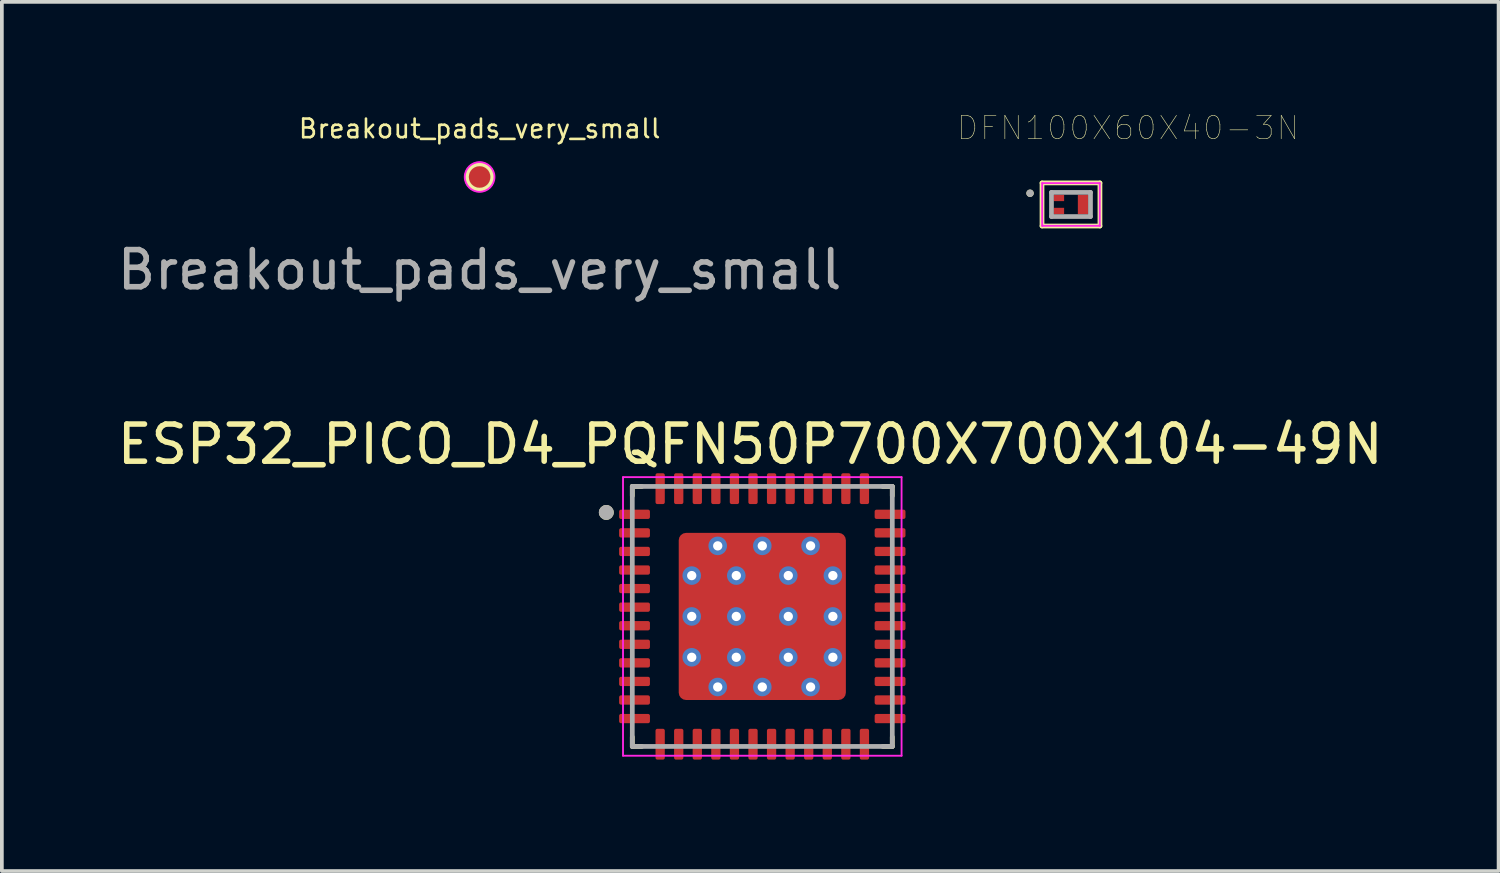
<source format=kicad_pcb>
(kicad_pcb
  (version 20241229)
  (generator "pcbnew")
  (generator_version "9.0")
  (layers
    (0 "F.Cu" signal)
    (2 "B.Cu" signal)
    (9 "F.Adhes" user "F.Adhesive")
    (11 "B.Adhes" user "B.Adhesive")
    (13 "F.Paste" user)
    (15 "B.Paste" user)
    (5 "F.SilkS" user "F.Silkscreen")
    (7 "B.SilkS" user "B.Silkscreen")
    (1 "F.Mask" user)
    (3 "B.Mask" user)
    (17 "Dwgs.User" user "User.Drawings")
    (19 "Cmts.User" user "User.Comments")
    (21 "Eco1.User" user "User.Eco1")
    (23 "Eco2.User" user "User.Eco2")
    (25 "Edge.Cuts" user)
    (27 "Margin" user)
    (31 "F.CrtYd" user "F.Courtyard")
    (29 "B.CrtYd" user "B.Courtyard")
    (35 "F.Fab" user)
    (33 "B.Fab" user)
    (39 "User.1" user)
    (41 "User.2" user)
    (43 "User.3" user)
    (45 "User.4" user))
  (footprint "DFN100X60X40-3N"
    (layer "F.Cu")
    (at 25.785 2.455)
    (property "Reference" "DFN100X60X40-3N" (at 1.535 -2.06 0) (layer "F.SilkS") (effects (font (size 0.63 0.63) (thickness 0.015))))
    (attr through_hole)
    (fp_line (start -0.78 -0.58) (end 0.78 -0.58) (stroke (width 0.127) (type solid)) (layer "F.SilkS"))
    (fp_line (start -0.78 0.58) (end -0.78 -0.58) (stroke (width 0.127) (type solid)) (layer "F.SilkS"))
    (fp_line (start 0.78 -0.58) (end 0.78 0.58) (stroke (width 0.127) (type solid)) (layer "F.SilkS"))
    (fp_line (start 0.78 0.58) (end -0.78 0.58) (stroke (width 0.127) (type solid)) (layer "F.SilkS"))
    (fp_circle (center -1.102 -0.302) (end -1.052 -0.302) (stroke (width 0.1) (type solid)) (fill no) (layer "F.SilkS"))
    (fp_line (start -0.775 -0.575) (end 0.775 -0.575) (stroke (width 0.05) (type solid)) (layer "F.CrtYd"))
    (fp_line (start -0.775 0.575) (end -0.775 -0.575) (stroke (width 0.05) (type solid)) (layer "F.CrtYd"))
    (fp_line (start 0.775 -0.575) (end 0.775 0.575) (stroke (width 0.05) (type solid)) (layer "F.CrtYd"))
    (fp_line (start 0.775 0.575) (end -0.775 0.575) (stroke (width 0.05) (type solid)) (layer "F.CrtYd"))
    (fp_line (start -0.525 -0.325) (end 0.525 -0.325) (stroke (width 0.127) (type solid)) (layer "F.Fab"))
    (fp_line (start -0.525 0.325) (end -0.525 -0.325) (stroke (width 0.127) (type solid)) (layer "F.Fab"))
    (fp_line (start 0.525 -0.325) (end 0.525 0.325) (stroke (width 0.127) (type solid)) (layer "F.Fab"))
    (fp_line (start 0.525 0.325) (end -0.525 0.325) (stroke (width 0.127) (type solid)) (layer "F.Fab"))
    (fp_circle (center -1.102 -0.302) (end -1.052 -0.302) (stroke (width 0.1) (type solid)) (fill no) (layer "F.Fab"))
    (pad "1" smd rect (at -0.325 -0.175) (size 0.28 0.17) (layers "F.Cu" "F.Mask" "F.Paste"))
    (pad "2" smd rect (at -0.325 0.175) (size 0.28 0.17) (layers "F.Cu" "F.Mask" "F.Paste"))
    (pad "3" smd rect (at 0.325 0) (size 0.28 0.52) (layers "F.Cu" "F.Mask" "F.Paste")))
  (footprint "Breakout_pads_very_small"
    (layer "F.Cu")
    (at 9.863 1.715)
    (property "Reference" "Breakout_pads_very_small" (at 0 2.5 0) (unlocked yes) (layer "F.Fab") (effects (font (size 1 1) (thickness 0.15))))
    (property "Value" "Breakout_pads_very_small" (at 0 1 0) (unlocked yes) (layer "F.Fab") (hide yes) (effects (font (size 1 1) (thickness 0.15))))
    (attr smd)
    (fp_circle (center 0 0) (end 0.35 0) (stroke (width 0.12) (type solid)) (fill no) (layer "F.SilkS"))
    (fp_circle (center 0 0) (end 0.4 0) (stroke (width 0.05) (type solid)) (fill no) (layer "F.CrtYd"))
    (fp_text user "${VALUE}" (at 0 -1.3 0) (unlocked yes) (layer "F.SilkS") (effects (font (size 0.5 0.5) (thickness 0.07))))
    (pad "1" smd circle (at 0 0) (size 0.6 0.6) (layers "F.Cu" "F.Mask")))
  (footprint "ESP32_PICO_D4_PQFN50P700X700X104-49N"
    (layer "F.Cu")
    (at 17.474 13.547)
    (property "Reference" "ESP32_PICO_D4_PQFN50P700X700X104-49N" (at -0.325 -4.635 0) (layer "F.SilkS") (effects (font (size 1 1) (thickness 0.15))))
    (attr through_hole)
    (fp_line (start -3.5 -3.5) (end -3.245 -3.5) (stroke (width 0.127) (type solid)) (layer "F.SilkS"))
    (fp_line (start -3.5 -3.245) (end -3.5 -3.5) (stroke (width 0.127) (type solid)) (layer "F.SilkS"))
    (fp_line (start -3.5 3.245) (end -3.5 3.5) (stroke (width 0.127) (type solid)) (layer "F.SilkS"))
    (fp_line (start -3.5 3.5) (end -3.245 3.5) (stroke (width 0.127) (type solid)) (layer "F.SilkS"))
    (fp_line (start 3.5 -3.5) (end 3.245 -3.5) (stroke (width 0.127) (type solid)) (layer "F.SilkS"))
    (fp_line (start 3.5 -3.245) (end 3.5 -3.5) (stroke (width 0.127) (type solid)) (layer "F.SilkS"))
    (fp_line (start 3.5 3.245) (end 3.5 3.5) (stroke (width 0.127) (type solid)) (layer "F.SilkS"))
    (fp_line (start 3.5 3.5) (end 3.245 3.5) (stroke (width 0.127) (type solid)) (layer "F.SilkS"))
    (fp_circle (center -4.2 -2.8) (end -4.1 -2.8) (stroke (width 0.2) (type solid)) (fill no) (layer "F.SilkS"))
    (fp_line (start -3.75 -3.75) (end -3.75 3.75) (stroke (width 0.05) (type solid)) (layer "F.CrtYd"))
    (fp_line (start -3.75 3.75) (end 3.75 3.75) (stroke (width 0.05) (type solid)) (layer "F.CrtYd"))
    (fp_line (start 3.75 -3.75) (end -3.75 -3.75) (stroke (width 0.05) (type solid)) (layer "F.CrtYd"))
    (fp_line (start 3.75 3.75) (end 3.75 -3.75) (stroke (width 0.05) (type solid)) (layer "F.CrtYd"))
    (fp_line (start -3.5 -3.5) (end 3.5 -3.5) (stroke (width 0.127) (type solid)) (layer "F.Fab"))
    (fp_line (start -3.5 3.5) (end -3.5 -3.5) (stroke (width 0.127) (type solid)) (layer "F.Fab"))
    (fp_line (start 3.5 -3.5) (end 3.5 3.5) (stroke (width 0.127) (type solid)) (layer "F.Fab"))
    (fp_line (start 3.5 3.5) (end -3.5 3.5) (stroke (width 0.127) (type solid)) (layer "F.Fab"))
    (fp_circle (center -4.2 -2.8) (end -4.1 -2.8) (stroke (width 0.2) (type solid)) (fill no) (layer "F.Fab"))
    (pad "" smd roundrect (at -1.6 -1.6) (size 0.75 0.75) (layers "F.Paste") (roundrect_rratio 0.231))
    (pad "" smd roundrect (at -1.6 -0.6) (size 0.75 0.75) (layers "F.Paste") (roundrect_rratio 0.231))
    (pad "" smd roundrect (at -1.6 0.5) (size 0.75 0.75) (layers "F.Paste") (roundrect_rratio 0.231))
    (pad "" smd roundrect (at -1.6 1.5) (size 0.75 0.75) (layers "F.Paste") (roundrect_rratio 0.231))
    (pad "" smd roundrect (at -0.5 -1.6) (size 0.75 0.75) (layers "F.Paste") (roundrect_rratio 0.231))
    (pad "" smd roundrect (at -0.5 -0.6) (size 0.75 0.75) (layers "F.Paste") (roundrect_rratio 0.231))
    (pad "" smd roundrect (at -0.5 0.5) (size 0.75 0.75) (layers "F.Paste") (roundrect_rratio 0.231))
    (pad "" smd roundrect (at -0.5 1.5) (size 0.75 0.75) (layers "F.Paste") (roundrect_rratio 0.231))
    (pad "" smd roundrect (at 0.6 -1.6) (size 0.75 0.75) (layers "F.Paste") (roundrect_rratio 0.231))
    (pad "" smd roundrect (at 0.6 -0.6) (size 0.75 0.75) (layers "F.Paste") (roundrect_rratio 0.231))
    (pad "" smd roundrect (at 0.6 0.5) (size 0.75 0.75) (layers "F.Paste") (roundrect_rratio 0.231))
    (pad "" smd roundrect (at 0.6 1.5) (size 0.75 0.75) (layers "F.Paste") (roundrect_rratio 0.231))
    (pad "" smd roundrect (at 1.6 -1.6) (size 0.75 0.75) (layers "F.Paste") (roundrect_rratio 0.231))
    (pad "" smd roundrect (at 1.6 -0.6) (size 0.75 0.75) (layers "F.Paste") (roundrect_rratio 0.231))
    (pad "" smd roundrect (at 1.6 0.5) (size 0.75 0.75) (layers "F.Paste") (roundrect_rratio 0.231))
    (pad "" smd roundrect (at 1.6 1.5) (size 0.75 0.75) (layers "F.Paste") (roundrect_rratio 0.231))
    (pad "1" smd roundrect (at -3.44 -2.75 180) (size 0.83 0.25) (layers "F.Cu" "F.Mask" "F.Paste") (roundrect_rratio 0.2))
    (pad "2" smd roundrect (at -3.44 -2.25 180) (size 0.83 0.25) (layers "F.Cu" "F.Mask" "F.Paste") (roundrect_rratio 0.2))
    (pad "3" smd roundrect (at -3.44 -1.75 180) (size 0.83 0.25) (layers "F.Cu" "F.Mask" "F.Paste") (roundrect_rratio 0.2))
    (pad "4" smd roundrect (at -3.44 -1.25 180) (size 0.83 0.25) (layers "F.Cu" "F.Mask" "F.Paste") (roundrect_rratio 0.2))
    (pad "5" smd roundrect (at -3.44 -0.75 180) (size 0.83 0.25) (layers "F.Cu" "F.Mask" "F.Paste") (roundrect_rratio 0.2))
    (pad "6" smd roundrect (at -3.44 -0.25 180) (size 0.83 0.25) (layers "F.Cu" "F.Mask" "F.Paste") (roundrect_rratio 0.2))
    (pad "7" smd roundrect (at -3.44 0.25 180) (size 0.83 0.25) (layers "F.Cu" "F.Mask" "F.Paste") (roundrect_rratio 0.2))
    (pad "8" smd roundrect (at -3.44 0.75 180) (size 0.83 0.25) (layers "F.Cu" "F.Mask" "F.Paste") (roundrect_rratio 0.2))
    (pad "9" smd roundrect (at -3.44 1.25 180) (size 0.83 0.25) (layers "F.Cu" "F.Mask" "F.Paste") (roundrect_rratio 0.2))
    (pad "10" smd roundrect (at -3.44 1.75 180) (size 0.83 0.25) (layers "F.Cu" "F.Mask" "F.Paste") (roundrect_rratio 0.2))
    (pad "11" smd roundrect (at -3.44 2.25 180) (size 0.83 0.25) (layers "F.Cu" "F.Mask" "F.Paste") (roundrect_rratio 0.2))
    (pad "12" smd roundrect (at -3.44 2.75 180) (size 0.83 0.25) (layers "F.Cu" "F.Mask" "F.Paste") (roundrect_rratio 0.2))
    (pad "13" smd roundrect (at -2.75 3.44 90) (size 0.83 0.25) (layers "F.Cu" "F.Mask" "F.Paste") (roundrect_rratio 0.2))
    (pad "14" smd roundrect (at -2.25 3.44 90) (size 0.83 0.25) (layers "F.Cu" "F.Mask" "F.Paste") (roundrect_rratio 0.2))
    (pad "15" smd roundrect (at -1.75 3.44 90) (size 0.83 0.25) (layers "F.Cu" "F.Mask" "F.Paste") (roundrect_rratio 0.2))
    (pad "16" smd roundrect (at -1.25 3.44 90) (size 0.83 0.25) (layers "F.Cu" "F.Mask" "F.Paste") (roundrect_rratio 0.2))
    (pad "17" smd roundrect (at -0.75 3.44 90) (size 0.83 0.25) (layers "F.Cu" "F.Mask" "F.Paste") (roundrect_rratio 0.2))
    (pad "18" smd roundrect (at -0.25 3.44 90) (size 0.83 0.25) (layers "F.Cu" "F.Mask" "F.Paste") (roundrect_rratio 0.2))
    (pad "19" smd roundrect (at 0.25 3.44 90) (size 0.83 0.25) (layers "F.Cu" "F.Mask" "F.Paste") (roundrect_rratio 0.2))
    (pad "20" smd roundrect (at 0.75 3.44 90) (size 0.83 0.25) (layers "F.Cu" "F.Mask" "F.Paste") (roundrect_rratio 0.2))
    (pad "21" smd roundrect (at 1.25 3.44 90) (size 0.83 0.25) (layers "F.Cu" "F.Mask" "F.Paste") (roundrect_rratio 0.2))
    (pad "22" smd roundrect (at 1.75 3.44 90) (size 0.83 0.25) (layers "F.Cu" "F.Mask" "F.Paste") (roundrect_rratio 0.2))
    (pad "23" smd roundrect (at 2.25 3.44 90) (size 0.83 0.25) (layers "F.Cu" "F.Mask" "F.Paste") (roundrect_rratio 0.2))
    (pad "24" smd roundrect (at 2.75 3.44 90) (size 0.83 0.25) (layers "F.Cu" "F.Mask" "F.Paste") (roundrect_rratio 0.2))
    (pad "25" smd roundrect (at 3.44 2.75 180) (size 0.83 0.25) (layers "F.Cu" "F.Mask" "F.Paste") (roundrect_rratio 0.2))
    (pad "26" smd roundrect (at 3.44 2.25 180) (size 0.83 0.25) (layers "F.Cu" "F.Mask" "F.Paste") (roundrect_rratio 0.2))
    (pad "27" smd roundrect (at 3.44 1.75 180) (size 0.83 0.25) (layers "F.Cu" "F.Mask" "F.Paste") (roundrect_rratio 0.2))
    (pad "28" smd roundrect (at 3.44 1.25 180) (size 0.83 0.25) (layers "F.Cu" "F.Mask" "F.Paste") (roundrect_rratio 0.2))
    (pad "29" smd roundrect (at 3.44 0.75 180) (size 0.83 0.25) (layers "F.Cu" "F.Mask" "F.Paste") (roundrect_rratio 0.2))
    (pad "30" smd roundrect (at 3.44 0.25 180) (size 0.83 0.25) (layers "F.Cu" "F.Mask" "F.Paste") (roundrect_rratio 0.2))
    (pad "31" smd roundrect (at 3.44 -0.25 180) (size 0.83 0.25) (layers "F.Cu" "F.Mask" "F.Paste") (roundrect_rratio 0.2))
    (pad "32" smd roundrect (at 3.44 -0.75 180) (size 0.83 0.25) (layers "F.Cu" "F.Mask" "F.Paste") (roundrect_rratio 0.2))
    (pad "33" smd roundrect (at 3.44 -1.25 180) (size 0.83 0.25) (layers "F.Cu" "F.Mask" "F.Paste") (roundrect_rratio 0.2))
    (pad "34" smd roundrect (at 3.44 -1.75 180) (size 0.83 0.25) (layers "F.Cu" "F.Mask" "F.Paste") (roundrect_rratio 0.2))
    (pad "35" smd roundrect (at 3.44 -2.25 180) (size 0.83 0.25) (layers "F.Cu" "F.Mask" "F.Paste") (roundrect_rratio 0.2))
    (pad "36" smd roundrect (at 3.44 -2.75 180) (size 0.83 0.25) (layers "F.Cu" "F.Mask" "F.Paste") (roundrect_rratio 0.2))
    (pad "37" smd roundrect (at 2.75 -3.44 90) (size 0.83 0.25) (layers "F.Cu" "F.Mask" "F.Paste") (roundrect_rratio 0.2))
    (pad "38" smd roundrect (at 2.25 -3.44 90) (size 0.83 0.25) (layers "F.Cu" "F.Mask" "F.Paste") (roundrect_rratio 0.2))
    (pad "39" smd roundrect (at 1.75 -3.44 90) (size 0.83 0.25) (layers "F.Cu" "F.Mask" "F.Paste") (roundrect_rratio 0.2))
    (pad "40" smd roundrect (at 1.25 -3.44 90) (size 0.83 0.25) (layers "F.Cu" "F.Mask" "F.Paste") (roundrect_rratio 0.2))
    (pad "41" smd roundrect (at 0.75 -3.44 90) (size 0.83 0.25) (layers "F.Cu" "F.Mask" "F.Paste") (roundrect_rratio 0.2))
    (pad "42" smd roundrect (at 0.25 -3.44 90) (size 0.83 0.25) (layers "F.Cu" "F.Mask" "F.Paste") (roundrect_rratio 0.2))
    (pad "43" smd roundrect (at -0.25 -3.44 90) (size 0.83 0.25) (layers "F.Cu" "F.Mask" "F.Paste") (roundrect_rratio 0.2))
    (pad "44" smd roundrect (at -0.75 -3.44 90) (size 0.83 0.25) (layers "F.Cu" "F.Mask" "F.Paste") (roundrect_rratio 0.2))
    (pad "45" smd roundrect (at -1.25 -3.44 90) (size 0.83 0.25) (layers "F.Cu" "F.Mask" "F.Paste") (roundrect_rratio 0.2))
    (pad "46" smd roundrect (at -1.75 -3.44 90) (size 0.83 0.25) (layers "F.Cu" "F.Mask" "F.Paste") (roundrect_rratio 0.2))
    (pad "47" smd roundrect (at -2.25 -3.44 90) (size 0.83 0.25) (layers "F.Cu" "F.Mask" "F.Paste") (roundrect_rratio 0.2))
    (pad "48" smd roundrect (at -2.75 -3.44 90) (size 0.83 0.25) (layers "F.Cu" "F.Mask" "F.Paste") (roundrect_rratio 0.2))
    (pad "49" thru_hole circle (at -1.9 -1.1) (size 0.5 0.5) (drill 0.25) (layers "*.Cu" "*.Mask"))
    (pad "49" thru_hole circle (at -1.9 0) (size 0.5 0.5) (drill 0.25) (layers "*.Cu" "*.Mask"))
    (pad "49" thru_hole circle (at -1.9 1.1) (size 0.5 0.5) (drill 0.25) (layers "*.Cu" "*.Mask"))
    (pad "49" thru_hole circle (at -1.2 -1.9) (size 0.5 0.5) (drill 0.25) (layers "*.Cu" "*.Mask"))
    (pad "49" thru_hole circle (at -1.2 1.9) (size 0.5 0.5) (drill 0.25) (layers "*.Cu" "*.Mask"))
    (pad "49" thru_hole circle (at -0.7 -1.1) (size 0.5 0.5) (drill 0.25) (layers "*.Cu" "*.Mask"))
    (pad "49" thru_hole circle (at -0.7 0) (size 0.5 0.5) (drill 0.25) (layers "*.Cu" "*.Mask"))
    (pad "49" thru_hole circle (at -0.7 1.1) (size 0.5 0.5) (drill 0.25) (layers "*.Cu" "*.Mask"))
    (pad "49" thru_hole circle (at 0 -1.9) (size 0.5 0.5) (drill 0.25) (layers "*.Cu" "*.Mask"))
    (pad "49" smd roundrect (at 0 0) (size 4.5 4.5) (layers "F.Cu" "F.Mask") (roundrect_rratio 0.044))
    (pad "49" thru_hole circle (at 0 1.9) (size 0.5 0.5) (drill 0.25) (layers "*.Cu" "*.Mask"))
    (pad "49" thru_hole circle (at 0.7 -1.1) (size 0.5 0.5) (drill 0.25) (layers "*.Cu" "*.Mask"))
    (pad "49" thru_hole circle (at 0.7 0) (size 0.5 0.5) (drill 0.25) (layers "*.Cu" "*.Mask"))
    (pad "49" thru_hole circle (at 0.7 1.1) (size 0.5 0.5) (drill 0.25) (layers "*.Cu" "*.Mask"))
    (pad "49" thru_hole circle (at 1.3 -1.9) (size 0.5 0.5) (drill 0.25) (layers "*.Cu" "*.Mask"))
    (pad "49" thru_hole circle (at 1.3 1.9) (size 0.5 0.5) (drill 0.25) (layers "*.Cu" "*.Mask"))
    (pad "49" thru_hole circle (at 1.9 -1.1) (size 0.5 0.5) (drill 0.25) (layers "*.Cu" "*.Mask"))
    (pad "49" thru_hole circle (at 1.9 0) (size 0.5 0.5) (drill 0.25) (layers "*.Cu" "*.Mask"))
    (pad "49" thru_hole circle (at 1.9 1.1) (size 0.5 0.5) (drill 0.25) (layers "*.Cu" "*.Mask")))
  (gr_rect
    (start -3 -3)
    (end 37.298 20.402)
    (stroke (width 0.1) (type default))
    (fill no)
    (layer "Edge.Cuts")))
</source>
